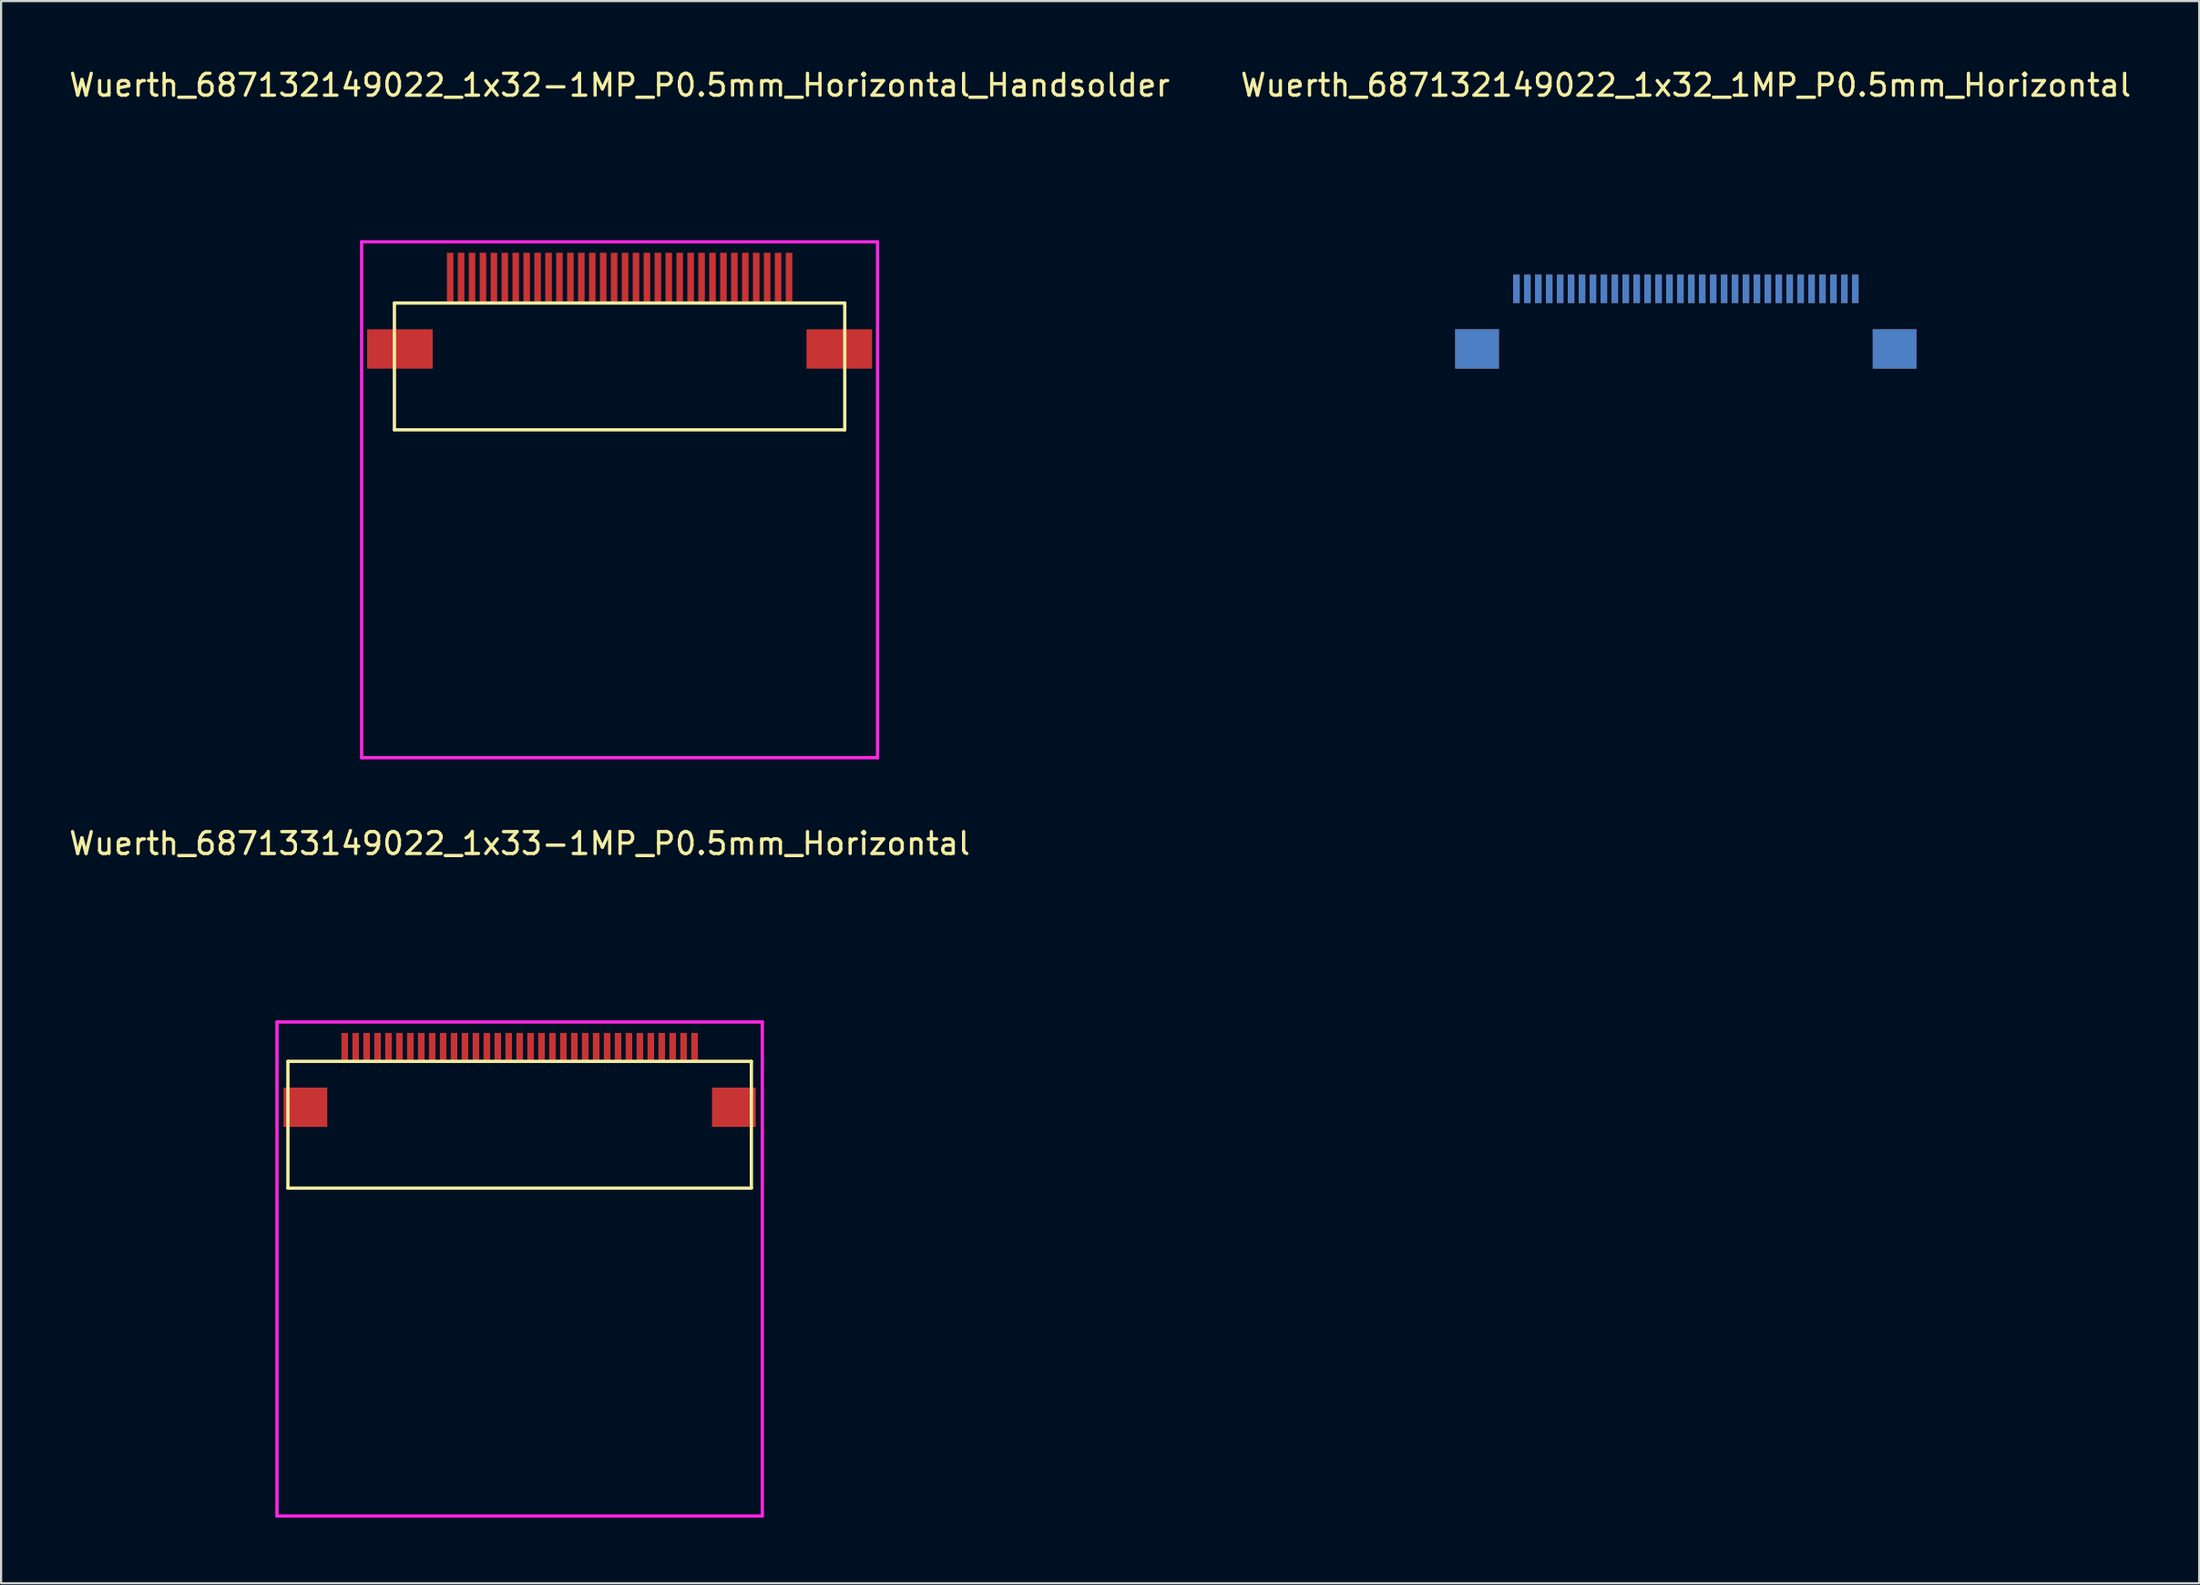
<source format=kicad_pcb>
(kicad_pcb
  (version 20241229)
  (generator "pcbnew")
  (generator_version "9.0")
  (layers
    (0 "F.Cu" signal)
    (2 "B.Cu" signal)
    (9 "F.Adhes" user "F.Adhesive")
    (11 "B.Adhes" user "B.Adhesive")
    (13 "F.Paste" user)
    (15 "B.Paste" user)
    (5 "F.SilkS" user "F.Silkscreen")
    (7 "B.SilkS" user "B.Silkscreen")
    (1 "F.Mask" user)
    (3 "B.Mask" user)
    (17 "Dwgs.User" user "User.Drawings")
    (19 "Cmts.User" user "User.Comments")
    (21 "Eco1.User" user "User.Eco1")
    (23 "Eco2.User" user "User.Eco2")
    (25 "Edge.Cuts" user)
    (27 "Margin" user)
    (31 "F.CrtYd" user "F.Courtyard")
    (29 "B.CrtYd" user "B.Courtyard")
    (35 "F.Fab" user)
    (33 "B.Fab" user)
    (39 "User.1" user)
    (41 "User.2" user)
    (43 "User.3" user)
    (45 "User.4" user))
  (footprint "Wuerth_687132149022_1x32-1MP_P0.5mm_Horizontal_Handsolder"
    (layer "F.Cu")
    (at 25.292 12.913)
    (property "Reference" "Wuerth_687132149022_1x32-1MP_P0.5mm_Horizontal_Handsolder" (at 0 -12.065 0) (layer "F.SilkS") (effects (font (size 1 1) (thickness 0.15))))
    (attr through_hole)
    (fp_line (start -10.3 -2.1) (end 10.3 -2.1) (stroke (width 0.15) (type solid)) (layer "F.SilkS"))
    (fp_line (start -10.3 3.7) (end -10.3 -2.1) (stroke (width 0.15) (type solid)) (layer "F.SilkS"))
    (fp_line (start 10.3 -2.1) (end 10.3 3.7) (stroke (width 0.15) (type solid)) (layer "F.SilkS"))
    (fp_line (start 10.3 3.7) (end -10.3 3.7) (stroke (width 0.15) (type solid)) (layer "F.SilkS"))
    (fp_line (start -11.8 -4.9) (end 11.8 -4.9) (stroke (width 0.15) (type solid)) (layer "F.CrtYd"))
    (fp_line (start -11.8 18.7) (end -11.8 -4.9) (stroke (width 0.15) (type solid)) (layer "F.CrtYd"))
    (fp_line (start 11.8 -4.9) (end 11.8 18.7) (stroke (width 0.15) (type solid)) (layer "F.CrtYd"))
    (fp_line (start 11.8 18.7) (end -11.8 18.7) (stroke (width 0.15) (type solid)) (layer "F.CrtYd"))
    (pad "1" smd rect (at -7.75 -3.25) (size 0.3 2.3) (layers "F.Cu" "F.Mask"))
    (pad "2" smd rect (at -7.25 -3.25) (size 0.3 2.3) (layers "F.Cu" "F.Mask"))
    (pad "3" smd rect (at -6.75 -3.25) (size 0.3 2.3) (layers "F.Cu" "F.Mask"))
    (pad "4" smd rect (at -6.25 -3.25) (size 0.3 2.3) (layers "F.Cu" "F.Mask"))
    (pad "5" smd rect (at -5.75 -3.25) (size 0.3 2.3) (layers "F.Cu" "F.Mask"))
    (pad "6" smd rect (at -5.25 -3.25) (size 0.3 2.3) (layers "F.Cu" "F.Mask"))
    (pad "7" smd rect (at -4.75 -3.25) (size 0.3 2.3) (layers "F.Cu" "F.Mask"))
    (pad "8" smd rect (at -4.25 -3.25) (size 0.3 2.3) (layers "F.Cu" "F.Mask"))
    (pad "9" smd rect (at -3.75 -3.25) (size 0.3 2.3) (layers "F.Cu" "F.Mask"))
    (pad "10" smd rect (at -3.25 -3.25) (size 0.3 2.3) (layers "F.Cu" "F.Mask"))
    (pad "11" smd rect (at -2.75 -3.25) (size 0.3 2.3) (layers "F.Cu" "F.Mask"))
    (pad "12" smd rect (at -2.25 -3.25) (size 0.3 2.3) (layers "F.Cu" "F.Mask"))
    (pad "13" smd rect (at -1.75 -3.25) (size 0.3 2.3) (layers "F.Cu" "F.Mask"))
    (pad "14" smd rect (at -1.25 -3.25) (size 0.3 2.3) (layers "F.Cu" "F.Mask"))
    (pad "15" smd rect (at -0.75 -3.25) (size 0.3 2.3) (layers "F.Cu" "F.Mask"))
    (pad "16" smd rect (at -0.25 -3.25) (size 0.3 2.3) (layers "F.Cu" "F.Mask"))
    (pad "17" smd rect (at 0.25 -3.25) (size 0.3 2.3) (layers "F.Cu" "F.Mask"))
    (pad "18" smd rect (at 0.75 -3.25) (size 0.3 2.3) (layers "F.Cu" "F.Mask"))
    (pad "19" smd rect (at 1.25 -3.25) (size 0.3 2.3) (layers "F.Cu" "F.Mask"))
    (pad "20" smd rect (at 1.75 -3.25) (size 0.3 2.3) (layers "F.Cu" "F.Mask"))
    (pad "21" smd rect (at 2.25 -3.25) (size 0.3 2.3) (layers "F.Cu" "F.Mask"))
    (pad "22" smd rect (at 2.75 -3.25) (size 0.3 2.3) (layers "F.Cu" "F.Mask"))
    (pad "23" smd rect (at 3.25 -3.25) (size 0.3 2.3) (layers "F.Cu" "F.Mask"))
    (pad "24" smd rect (at 3.75 -3.25) (size 0.3 2.3) (layers "F.Cu" "F.Mask"))
    (pad "25" smd rect (at 4.25 -3.25) (size 0.3 2.3) (layers "F.Cu" "F.Mask"))
    (pad "26" smd rect (at 4.75 -3.25) (size 0.3 2.3) (layers "F.Cu" "F.Mask"))
    (pad "27" smd rect (at 5.25 -3.25) (size 0.3 2.3) (layers "F.Cu" "F.Mask"))
    (pad "28" smd rect (at 5.75 -3.25) (size 0.3 2.3) (layers "F.Cu" "F.Mask"))
    (pad "29" smd rect (at 6.25 -3.25) (size 0.3 2.3) (layers "F.Cu" "F.Mask"))
    (pad "30" smd rect (at 6.75 -3.25) (size 0.3 2.3) (layers "F.Cu" "F.Mask"))
    (pad "31" smd rect (at 7.25 -3.25) (size 0.3 2.3) (layers "F.Cu" "F.Mask"))
    (pad "32" smd rect (at 7.75 -3.25) (size 0.3 2.3) (layers "F.Cu" "F.Mask"))
    (pad "MP" smd rect (at -10.05 0) (size 3 1.8) (layers "F.Cu" "F.Mask"))
    (pad "MP" smd rect (at 10.05 0) (size 3 1.8) (layers "F.Cu" "F.Mask")))
  (footprint "Wuerth_687133149022_1x33-1MP_P0.5mm_Horizontal"
    (layer "F.Cu")
    (at 20.72 47.602)
    (property "Reference" "Wuerth_687133149022_1x33-1MP_P0.5mm_Horizontal" (at 0 -12.065 0) (layer "F.SilkS") (effects (font (size 1 1) (thickness 0.15))))
    (attr through_hole)
    (fp_line (start -10.6 -2.1) (end 10.6 -2.1) (stroke (width 0.15) (type solid)) (layer "F.SilkS"))
    (fp_line (start -10.6 3.7) (end -10.6 -2.1) (stroke (width 0.15) (type solid)) (layer "F.SilkS"))
    (fp_line (start 10.6 -2.1) (end 10.6 3.7) (stroke (width 0.15) (type solid)) (layer "F.SilkS"))
    (fp_line (start 10.6 3.7) (end -10.6 3.7) (stroke (width 0.15) (type solid)) (layer "F.SilkS"))
    (fp_line (start -11.1 -3.9) (end 11.1 -3.9) (stroke (width 0.15) (type solid)) (layer "F.CrtYd"))
    (fp_line (start -11.1 18.7) (end -11.1 -3.9) (stroke (width 0.15) (type solid)) (layer "F.CrtYd"))
    (fp_line (start 11.1 -3.9) (end 11.1 18.7) (stroke (width 0.15) (type solid)) (layer "F.CrtYd"))
    (fp_line (start 11.1 18.7) (end -11.1 18.7) (stroke (width 0.15) (type solid)) (layer "F.CrtYd"))
    (pad "1" smd rect (at -8 -2.75) (size 0.3 1.3) (layers "F.Cu" "F.Mask"))
    (pad "2" smd rect (at -7.5 -2.75) (size 0.3 1.3) (layers "F.Cu" "F.Mask"))
    (pad "3" smd rect (at -7 -2.75) (size 0.3 1.3) (layers "F.Cu" "F.Mask"))
    (pad "4" smd rect (at -6.5 -2.75) (size 0.3 1.3) (layers "F.Cu" "F.Mask"))
    (pad "5" smd rect (at -6 -2.75) (size 0.3 1.3) (layers "F.Cu" "F.Mask"))
    (pad "6" smd rect (at -5.5 -2.75) (size 0.3 1.3) (layers "F.Cu" "F.Mask"))
    (pad "7" smd rect (at -5 -2.75) (size 0.3 1.3) (layers "F.Cu" "F.Mask"))
    (pad "8" smd rect (at -4.5 -2.75) (size 0.3 1.3) (layers "F.Cu" "F.Mask"))
    (pad "9" smd rect (at -4 -2.75) (size 0.3 1.3) (layers "F.Cu" "F.Mask"))
    (pad "10" smd rect (at -3.5 -2.75) (size 0.3 1.3) (layers "F.Cu" "F.Mask"))
    (pad "11" smd rect (at -3 -2.75) (size 0.3 1.3) (layers "F.Cu" "F.Mask"))
    (pad "12" smd rect (at -2.5 -2.75) (size 0.3 1.3) (layers "F.Cu" "F.Mask"))
    (pad "13" smd rect (at -2 -2.75) (size 0.3 1.3) (layers "F.Cu" "F.Mask"))
    (pad "14" smd rect (at -1.5 -2.75) (size 0.3 1.3) (layers "F.Cu" "F.Mask"))
    (pad "15" smd rect (at -1 -2.75) (size 0.3 1.3) (layers "F.Cu" "F.Mask"))
    (pad "16" smd rect (at -0.5 -2.75) (size 0.3 1.3) (layers "F.Cu" "F.Mask"))
    (pad "17" smd rect (at 0 -2.75) (size 0.3 1.3) (layers "F.Cu" "F.Mask"))
    (pad "18" smd rect (at 0.5 -2.75) (size 0.3 1.3) (layers "F.Cu" "F.Mask"))
    (pad "19" smd rect (at 1 -2.75) (size 0.3 1.3) (layers "F.Cu" "F.Mask"))
    (pad "20" smd rect (at 1.5 -2.75) (size 0.3 1.3) (layers "F.Cu" "F.Mask"))
    (pad "21" smd rect (at 2 -2.75) (size 0.3 1.3) (layers "F.Cu" "F.Mask"))
    (pad "22" smd rect (at 2.5 -2.75) (size 0.3 1.3) (layers "F.Cu" "F.Mask"))
    (pad "23" smd rect (at 3 -2.75) (size 0.3 1.3) (layers "F.Cu" "F.Mask"))
    (pad "24" smd rect (at 3.5 -2.75) (size 0.3 1.3) (layers "F.Cu" "F.Mask"))
    (pad "25" smd rect (at 4 -2.75) (size 0.3 1.3) (layers "F.Cu" "F.Mask"))
    (pad "26" smd rect (at 4.5 -2.75) (size 0.3 1.3) (layers "F.Cu" "F.Mask"))
    (pad "27" smd rect (at 5 -2.75) (size 0.3 1.3) (layers "F.Cu" "F.Mask"))
    (pad "28" smd rect (at 5.5 -2.75) (size 0.3 1.3) (layers "F.Cu" "F.Mask"))
    (pad "29" smd rect (at 6 -2.75) (size 0.3 1.3) (layers "F.Cu" "F.Mask"))
    (pad "30" smd rect (at 6.5 -2.75) (size 0.3 1.3) (layers "F.Cu" "F.Mask"))
    (pad "31" smd rect (at 7 -2.75) (size 0.3 1.3) (layers "F.Cu" "F.Mask"))
    (pad "32" smd rect (at 7.5 -2.75) (size 0.3 1.3) (layers "F.Cu" "F.Mask"))
    (pad "33" smd rect (at 8 -2.75) (size 0.3 1.3) (layers "F.Cu" "F.Mask"))
    (pad "MP" smd rect (at -9.8 0) (size 2 1.8) (layers "F.Cu" "F.Mask"))
    (pad "MP" smd rect (at 9.8 0) (size 2 1.8) (layers "F.Cu" "F.Mask")))
  (footprint "Wuerth_687132149022_1x32_1MP_P0.5mm_Horizontal"
    (layer "F.Cu")
    (at 74.065 12.913)
    (property "Reference" "Wuerth_687132149022_1x32_1MP_P0.5mm_Horizontal" (at 0 -12.065 0) (layer "F.SilkS") (effects (font (size 1 1) (thickness 0.15))))
    (attr through_hole)
    (pad "1" smd rect (at -7.75 -2.75) (size 0.3 1.3) (layers "*.Cu" "*.Mask"))
    (pad "2" smd rect (at -7.25 -2.75) (size 0.3 1.3) (layers "*.Cu" "*.Mask"))
    (pad "3" smd rect (at -6.75 -2.75) (size 0.3 1.3) (layers "*.Cu" "*.Mask"))
    (pad "4" smd rect (at -6.25 -2.75) (size 0.3 1.3) (layers "*.Cu" "*.Mask"))
    (pad "5" smd rect (at -5.75 -2.75) (size 0.3 1.3) (layers "*.Cu" "*.Mask"))
    (pad "6" smd rect (at -5.25 -2.75) (size 0.3 1.3) (layers "*.Cu" "*.Mask"))
    (pad "7" smd rect (at -4.75 -2.75) (size 0.3 1.3) (layers "*.Cu" "*.Mask"))
    (pad "8" smd rect (at -4.25 -2.75) (size 0.3 1.3) (layers "*.Cu" "*.Mask"))
    (pad "9" smd rect (at -3.75 -2.75) (size 0.3 1.3) (layers "*.Cu" "*.Mask"))
    (pad "10" smd rect (at -3.25 -2.75) (size 0.3 1.3) (layers "*.Cu" "*.Mask"))
    (pad "11" smd rect (at -2.75 -2.75) (size 0.3 1.3) (layers "*.Cu" "*.Mask"))
    (pad "12" smd rect (at -2.25 -2.75) (size 0.3 1.3) (layers "*.Cu" "*.Mask"))
    (pad "13" smd rect (at -1.75 -2.75) (size 0.3 1.3) (layers "*.Cu" "*.Mask"))
    (pad "14" smd rect (at -1.25 -2.75) (size 0.3 1.3) (layers "*.Cu" "*.Mask"))
    (pad "15" smd rect (at -0.75 -2.75) (size 0.3 1.3) (layers "*.Cu" "*.Mask"))
    (pad "16" smd rect (at -0.25 -2.75) (size 0.3 1.3) (layers "*.Cu" "*.Mask"))
    (pad "17" smd rect (at 0.25 -2.75) (size 0.3 1.3) (layers "*.Cu" "*.Mask"))
    (pad "18" smd rect (at 0.75 -2.75) (size 0.3 1.3) (layers "*.Cu" "*.Mask"))
    (pad "19" smd rect (at 1.25 -2.75) (size 0.3 1.3) (layers "*.Cu" "*.Mask"))
    (pad "20" smd rect (at 1.75 -2.75) (size 0.3 1.3) (layers "*.Cu" "*.Mask"))
    (pad "21" smd rect (at 2.25 -2.75) (size 0.3 1.3) (layers "*.Cu" "*.Mask"))
    (pad "22" smd rect (at 2.75 -2.75) (size 0.3 1.3) (layers "*.Cu" "*.Mask"))
    (pad "23" smd rect (at 3.25 -2.75) (size 0.3 1.3) (layers "*.Cu" "*.Mask"))
    (pad "24" smd rect (at 3.75 -2.75) (size 0.3 1.3) (layers "*.Cu" "*.Mask"))
    (pad "25" smd rect (at 4.25 -2.75) (size 0.3 1.3) (layers "*.Cu" "*.Mask"))
    (pad "26" smd rect (at 4.75 -2.75) (size 0.3 1.3) (layers "*.Cu" "*.Mask"))
    (pad "27" smd rect (at 5.25 -2.75) (size 0.3 1.3) (layers "*.Cu" "*.Mask"))
    (pad "28" smd rect (at 5.75 -2.75) (size 0.3 1.3) (layers "*.Cu" "*.Mask"))
    (pad "29" smd rect (at 6.25 -2.75) (size 0.3 1.3) (layers "*.Cu" "*.Mask"))
    (pad "30" smd rect (at 6.75 -2.75) (size 0.3 1.3) (layers "*.Cu" "*.Mask"))
    (pad "31" smd rect (at 7.25 -2.75) (size 0.3 1.3) (layers "*.Cu" "*.Mask"))
    (pad "32" smd rect (at 7.75 -2.75) (size 0.3 1.3) (layers "*.Cu" "*.Mask"))
    (pad "MP" smd rect (at -9.55 0) (size 2 1.8) (layers "*.Cu" "*.Mask"))
    (pad "MP" smd rect (at 9.55 0) (size 2 1.8) (layers "*.Cu" "*.Mask")))
  (gr_rect
    (start -3 -3)
    (end 97.548 69.376)
    (stroke (width 0.1) (type default))
    (fill no)
    (layer "Edge.Cuts")))
</source>
